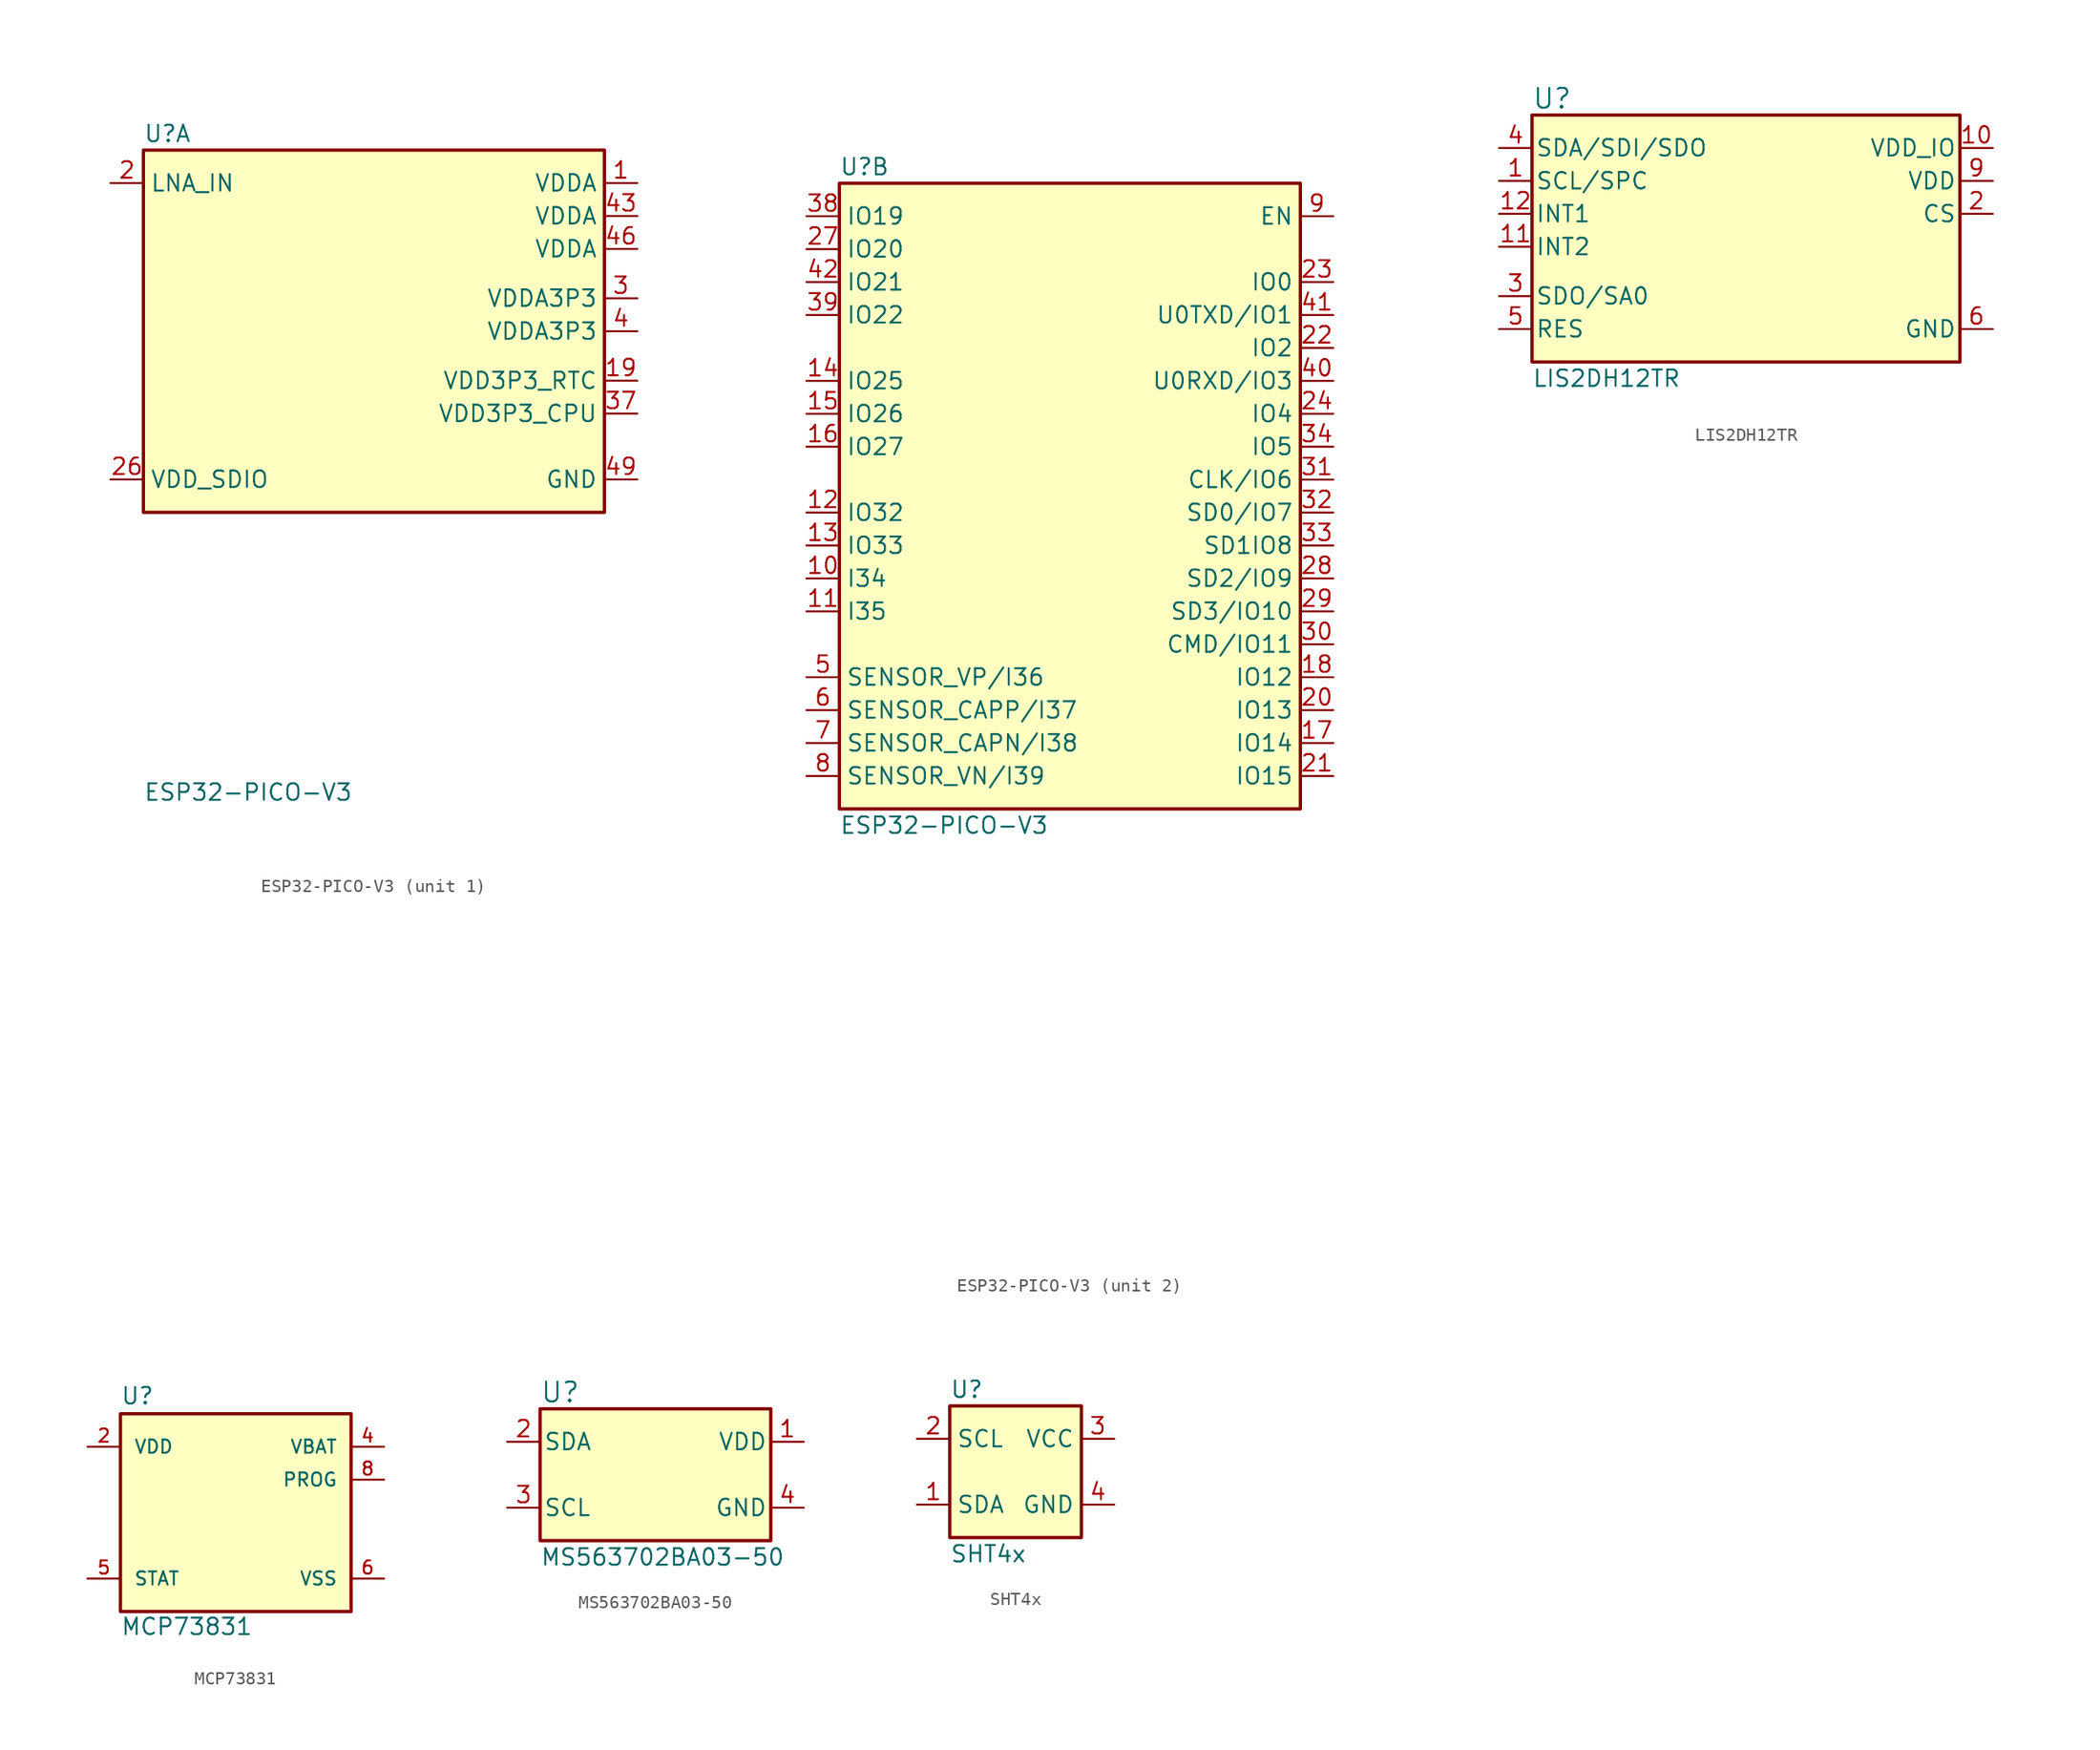
<source format=kicad_sym>
(kicad_symbol_lib
  (version 20241209)
  (generator "kicad_symbol_editor")
  (generator_version "9.0")
  (symbol "ESP32-PICO-V3"
    (property "Reference" "U"
      (at -17.78 15.24 0)
      (effects (font (size 1.27 1.27)) (justify left)))
    (property "Value" "ESP32-PICO-V3"
      (at -17.78 -35.56 0)
      (effects (font (size 1.27 1.27)) (justify left)))
    (property "ki_locked" ""
      (at 0 0 0)
      (effects (font (size 1.27 1.27))))
    (symbol "ESP32-PICO-V3_1_0"
      (pin bidirectional line (at -20.32 11.43 0) (length 2.54) (name "LNA_IN" (effects (font (size 1.27 1.27)))) (number "2" (effects (font (size 1.27 1.27)))))
      (pin power_out line (at -20.32 -11.43 0) (length 2.54) (name "VDD_SDIO" (effects (font (size 1.27 1.27)))) (number "26" (effects (font (size 1.27 1.27)))))
      (pin power_in line (at 20.32 11.43 180) (length 2.54) (name "VDDA" (effects (font (size 1.27 1.27)))) (number "1" (effects (font (size 1.27 1.27)))))
      (pin power_in line (at 20.32 8.89 180) (length 2.54) (name "VDDA" (effects (font (size 1.27 1.27)))) (number "43" (effects (font (size 1.27 1.27)))))
      (pin power_in line (at 20.32 6.35 180) (length 2.54) (name "VDDA" (effects (font (size 1.27 1.27)))) (number "46" (effects (font (size 1.27 1.27)))))
      (pin power_in line (at 20.32 2.54 180) (length 2.54) (name "VDDA3P3" (effects (font (size 1.27 1.27)))) (number "3" (effects (font (size 1.27 1.27)))))
      (pin passive line (at 20.32 0 180) (length 2.54) (name "VDDA3P3" (effects (font (size 1.27 1.27)))) (number "4" (effects (font (size 1.27 1.27)))))
      (pin power_in line (at 20.32 -3.81 180) (length 2.54) (name "VDD3P3_RTC" (effects (font (size 1.27 1.27)))) (number "19" (effects (font (size 1.27 1.27)))))
      (pin power_in line (at 20.32 -6.35 180) (length 2.54) (name "VDD3P3_CPU" (effects (font (size 1.27 1.27)))) (number "37" (effects (font (size 1.27 1.27)))))
      (pin power_in line (at 20.32 -11.43 180) (length 2.54) (name "GND" (effects (font (size 1.27 1.27)))) (number "49" (effects (font (size 1.27 1.27))))))
    (symbol "ESP32-PICO-V3_1_1"
      (rectangle (start -17.78 13.97) (end 17.78 -13.97) (stroke (width 0.254) (type default)) (fill (type background))))
    (symbol "ESP32-PICO-V3_2_0"
      (pin bidirectional line (at -20.32 11.43 0) (length 2.54) (name "IO19" (effects (font (size 1.27 1.27)))) (number "38" (effects (font (size 1.27 1.27)))))
      (pin bidirectional line (at -20.32 8.89 0) (length 2.54) (name "IO20" (effects (font (size 1.27 1.27)))) (number "27" (effects (font (size 1.27 1.27)))))
      (pin bidirectional line (at -20.32 6.35 0) (length 2.54) (name "IO21" (effects (font (size 1.27 1.27)))) (number "42" (effects (font (size 1.27 1.27)))))
      (pin bidirectional line (at -20.32 3.81 0) (length 2.54) (name "IO22" (effects (font (size 1.27 1.27)))) (number "39" (effects (font (size 1.27 1.27)))))
      (pin bidirectional line (at -20.32 -1.27 0) (length 2.54) (name "IO25" (effects (font (size 1.27 1.27)))) (number "14" (effects (font (size 1.27 1.27)))))
      (pin bidirectional line (at -20.32 -3.81 0) (length 2.54) (name "IO26" (effects (font (size 1.27 1.27)))) (number "15" (effects (font (size 1.27 1.27)))))
      (pin bidirectional line (at -20.32 -6.35 0) (length 2.54) (name "IO27" (effects (font (size 1.27 1.27)))) (number "16" (effects (font (size 1.27 1.27)))))
      (pin bidirectional line (at -20.32 -11.43 0) (length 2.54) (name "IO32" (effects (font (size 1.27 1.27)))) (number "12" (effects (font (size 1.27 1.27)))))
      (pin bidirectional line (at -20.32 -13.97 0) (length 2.54) (name "IO33" (effects (font (size 1.27 1.27)))) (number "13" (effects (font (size 1.27 1.27)))))
      (pin input line (at -20.32 -16.51 0) (length 2.54) (name "I34" (effects (font (size 1.27 1.27)))) (number "10" (effects (font (size 1.27 1.27)))))
      (pin input line (at -20.32 -19.05 0) (length 2.54) (name "I35" (effects (font (size 1.27 1.27)))) (number "11" (effects (font (size 1.27 1.27)))))
      (pin input line (at -20.32 -24.13 0) (length 2.54) (name "SENSOR_VP/I36" (effects (font (size 1.27 1.27)))) (number "5" (effects (font (size 1.27 1.27)))))
      (pin input line (at -20.32 -26.67 0) (length 2.54) (name "SENSOR_CAPP/I37" (effects (font (size 1.27 1.27)))) (number "6" (effects (font (size 1.27 1.27)))))
      (pin input line (at -20.32 -29.21 0) (length 2.54) (name "SENSOR_CAPN/I38" (effects (font (size 1.27 1.27)))) (number "7" (effects (font (size 1.27 1.27)))))
      (pin input line (at -20.32 -31.75 0) (length 2.54) (name "SENSOR_VN/I39" (effects (font (size 1.27 1.27)))) (number "8" (effects (font (size 1.27 1.27)))))
      (pin no_connect line (at 0 -46.99 0) (length 2.54) (hide yes) (name "NC" (effects (font (size 1.27 1.27)))) (number "25" (effects (font (size 1.27 1.27)))))
      (pin no_connect line (at 0 -49.53 0) (length 2.54) (hide yes) (name "NC" (effects (font (size 1.27 1.27)))) (number "35" (effects (font (size 1.27 1.27)))))
      (pin no_connect line (at 0 -52.07 0) (length 2.54) (hide yes) (name "NC" (effects (font (size 1.27 1.27)))) (number "36" (effects (font (size 1.27 1.27)))))
      (pin no_connect line (at 0 -54.61 0) (length 2.54) (hide yes) (name "NC" (effects (font (size 1.27 1.27)))) (number "44" (effects (font (size 1.27 1.27)))))
      (pin no_connect line (at 0 -57.15 0) (length 2.54) (hide yes) (name "NC" (effects (font (size 1.27 1.27)))) (number "45" (effects (font (size 1.27 1.27)))))
      (pin no_connect line (at 0 -59.69 0) (length 2.54) (hide yes) (name "NC" (effects (font (size 1.27 1.27)))) (number "47" (effects (font (size 1.27 1.27)))))
      (pin no_connect line (at 0 -62.23 0) (length 2.54) (hide yes) (name "NC" (effects (font (size 1.27 1.27)))) (number "48" (effects (font (size 1.27 1.27)))))
      (pin input line (at 20.32 11.43 180) (length 2.54) (name "EN" (effects (font (size 1.27 1.27)))) (number "9" (effects (font (size 1.27 1.27)))))
      (pin bidirectional line (at 20.32 6.35 180) (length 2.54) (name "IO0" (effects (font (size 1.27 1.27)))) (number "23" (effects (font (size 1.27 1.27)))))
      (pin bidirectional line (at 20.32 3.81 180) (length 2.54) (name "U0TXD/IO1" (effects (font (size 1.27 1.27)))) (number "41" (effects (font (size 1.27 1.27)))))
      (pin bidirectional line (at 20.32 1.27 180) (length 2.54) (name "IO2" (effects (font (size 1.27 1.27)))) (number "22" (effects (font (size 1.27 1.27)))))
      (pin bidirectional line (at 20.32 -1.27 180) (length 2.54) (name "U0RXD/IO3" (effects (font (size 1.27 1.27)))) (number "40" (effects (font (size 1.27 1.27)))))
      (pin bidirectional line (at 20.32 -3.81 180) (length 2.54) (name "IO4" (effects (font (size 1.27 1.27)))) (number "24" (effects (font (size 1.27 1.27)))))
      (pin bidirectional line (at 20.32 -6.35 180) (length 2.54) (name "IO5" (effects (font (size 1.27 1.27)))) (number "34" (effects (font (size 1.27 1.27)))))
      (pin bidirectional line (at 20.32 -8.89 180) (length 2.54) (name "CLK/IO6" (effects (font (size 1.27 1.27)))) (number "31" (effects (font (size 1.27 1.27)))))
      (pin bidirectional line (at 20.32 -11.43 180) (length 2.54) (name "SD0/IO7" (effects (font (size 1.27 1.27)))) (number "32" (effects (font (size 1.27 1.27)))))
      (pin bidirectional line (at 20.32 -13.97 180) (length 2.54) (name "SD1IO8" (effects (font (size 1.27 1.27)))) (number "33" (effects (font (size 1.27 1.27)))))
      (pin bidirectional line (at 20.32 -16.51 180) (length 2.54) (name "SD2/IO9" (effects (font (size 1.27 1.27)))) (number "28" (effects (font (size 1.27 1.27)))))
      (pin bidirectional line (at 20.32 -19.05 180) (length 2.54) (name "SD3/IO10" (effects (font (size 1.27 1.27)))) (number "29" (effects (font (size 1.27 1.27)))))
      (pin bidirectional line (at 20.32 -21.59 180) (length 2.54) (name "CMD/IO11" (effects (font (size 1.27 1.27)))) (number "30" (effects (font (size 1.27 1.27)))))
      (pin bidirectional line (at 20.32 -24.13 180) (length 2.54) (name "IO12" (effects (font (size 1.27 1.27)))) (number "18" (effects (font (size 1.27 1.27)))))
      (pin bidirectional line (at 20.32 -26.67 180) (length 2.54) (name "IO13" (effects (font (size 1.27 1.27)))) (number "20" (effects (font (size 1.27 1.27)))))
      (pin bidirectional line (at 20.32 -29.21 180) (length 2.54) (name "IO14" (effects (font (size 1.27 1.27)))) (number "17" (effects (font (size 1.27 1.27)))))
      (pin bidirectional line (at 20.32 -31.75 180) (length 2.54) (name "IO15" (effects (font (size 1.27 1.27)))) (number "21" (effects (font (size 1.27 1.27))))))
    (symbol "ESP32-PICO-V3_2_1"
      (rectangle (start -17.78 13.97) (end 17.78 -34.29) (stroke (width 0.254) (type default)) (fill (type background)))))
  (symbol "LIS2DH12TR"
    (pin_names
      (offset 0.254))
    (property "Reference" "U"
      (at -16.51 7.62 0)
      (do_not_autoplace)
      (effects (font (size 1.524 1.524)) (justify left)))
    (property "Value" "LIS2DH12TR"
      (at -16.51 -13.97 0)
      (effects (font (size 1.27 1.27)) (justify left)))
    (symbol "LIS2DH12TR_0_1"
      (pin power_in line (at 19.05 3.81 180) (length 2.54) (name "VDD_IO" (effects (font (size 1.27 1.27)))) (number "10" (effects (font (size 1.27 1.27))))))
    (symbol "LIS2DH12TR_1_1"
      (rectangle (start -16.51 6.35) (end 16.51 -12.7) (stroke (width 0.254) (type default)) (fill (type background)))
      (pin bidirectional line (at -19.05 3.81 0) (length 2.54) (name "SDA/SDI/SDO" (effects (font (size 1.27 1.27)))) (number "4" (effects (font (size 1.27 1.27)))))
      (pin bidirectional line (at -19.05 1.27 0) (length 2.54) (name "SCL/SPC" (effects (font (size 1.27 1.27)))) (number "1" (effects (font (size 1.27 1.27)))))
      (pin unspecified line (at -19.05 -1.27 0) (length 2.54) (name "INT1" (effects (font (size 1.27 1.27)))) (number "12" (effects (font (size 1.27 1.27)))))
      (pin unspecified line (at -19.05 -3.81 0) (length 2.54) (name "INT2" (effects (font (size 1.27 1.27)))) (number "11" (effects (font (size 1.27 1.27)))))
      (pin bidirectional line (at -19.05 -7.62 0) (length 2.54) (name "SDO/SA0" (effects (font (size 1.27 1.27)))) (number "3" (effects (font (size 1.27 1.27)))))
      (pin unspecified line (at -19.05 -10.16 0) (length 2.54) (name "RES" (effects (font (size 1.27 1.27)))) (number "5" (effects (font (size 1.27 1.27)))))
      (pin power_in line (at 19.05 1.27 180) (length 2.54) (name "VDD" (effects (font (size 1.27 1.27)))) (number "9" (effects (font (size 1.27 1.27)))))
      (pin bidirectional line (at 19.05 -1.27 180) (length 2.54) (name "CS" (effects (font (size 1.27 1.27)))) (number "2" (effects (font (size 1.27 1.27)))))
      (pin power_in line (at 19.05 -10.16 180) (length 2.54) (name "GND" (effects (font (size 1.27 1.27)))) (number "6" (effects (font (size 1.27 1.27)))))
      (pin power_in line (at 19.05 -10.16 180) (length 2.54) (hide yes) (name "GND" (effects (font (size 1.27 1.27)))) (number "7" (effects (font (size 1.27 1.27)))))
      (pin power_in line (at 19.05 -10.16 180) (length 2.54) (hide yes) (name "GND" (effects (font (size 1.27 1.27)))) (number "8" (effects (font (size 1.27 1.27)))))))
  (symbol "MCP73831"
    (pin_names
      (offset 1.016))
    (property "Reference" "U"
      (at -8.89 8.255 0)
      (do_not_autoplace)
      (effects (font (size 1.27 1.27)) (justify left bottom)))
    (property "Value" "MCP73831"
      (at -8.89 -9.525 0)
      (do_not_autoplace)
      (effects (font (size 1.27 1.27)) (justify left bottom)))
    (symbol "MCP73831_0_0"
      (rectangle (start -8.89 7.62) (end 8.89 -7.62) (stroke (width 0.254) (type default)) (fill (type background)))
      (pin power_in line (at -11.43 5.08 0) (length 2.54) (hide yes) (name "VDD" (effects (font (size 1.016 1.016)))) (number "1" (effects (font (size 1.016 1.016)))))
      (pin power_in line (at -11.43 5.08 0) (length 2.54) (name "VDD" (effects (font (size 1.016 1.016)))) (number "2" (effects (font (size 1.016 1.016)))))
      (pin output line (at -11.43 -5.08 0) (length 2.54) (name "STAT" (effects (font (size 1.016 1.016)))) (number "5" (effects (font (size 1.016 1.016)))))
      (pin output line (at 11.43 5.08 180) (length 2.54) (hide yes) (name "VBAT" (effects (font (size 1.016 1.016)))) (number "3" (effects (font (size 1.016 1.016)))))
      (pin output line (at 11.43 5.08 180) (length 2.54) (name "VBAT" (effects (font (size 1.016 1.016)))) (number "4" (effects (font (size 1.016 1.016)))))
      (pin input line (at 11.43 2.54 180) (length 2.54) (name "PROG" (effects (font (size 1.016 1.016)))) (number "8" (effects (font (size 1.016 1.016)))))
      (pin no_connect line (at 11.43 -2.54 180) (length 2.54) (hide yes) (name "NC" (effects (font (size 1.016 1.016)))) (number "7" (effects (font (size 1.016 1.016)))))
      (pin power_in line (at 11.43 -5.08 180) (length 2.54) (name "VSS" (effects (font (size 1.016 1.016)))) (number "6" (effects (font (size 1.016 1.016)))))
      (pin power_in line (at 11.43 -5.08 180) (length 2.54) (hide yes) (name "EP" (effects (font (size 1.016 1.016)))) (number "9" (effects (font (size 1.016 1.016)))))))
  (symbol "MS563702BA03-50"
    (pin_names
      (offset 0.254))
    (property "Reference" "U"
      (at -8.89 6.35 0)
      (do_not_autoplace)
      (effects (font (size 1.524 1.524)) (justify left)))
    (property "Value" "MS563702BA03-50"
      (at -8.89 -6.35 0)
      (effects (font (size 1.27 1.27)) (justify left)))
    (symbol "MS563702BA03-50_1_1"
      (rectangle (start -8.89 5.08) (end 8.89 -5.08) (stroke (width 0.254) (type default)) (fill (type background)))
      (pin bidirectional line (at -11.43 2.54 0) (length 2.54) (name "SDA" (effects (font (size 1.27 1.27)))) (number "2" (effects (font (size 1.27 1.27)))))
      (pin input line (at -11.43 -2.54 0) (length 2.54) (name "SCL" (effects (font (size 1.27 1.27)))) (number "3" (effects (font (size 1.27 1.27)))))
      (pin power_in line (at 11.43 2.54 180) (length 2.54) (name "VDD" (effects (font (size 1.27 1.27)))) (number "1" (effects (font (size 1.27 1.27)))))
      (pin input line (at 11.43 -2.54 180) (length 2.54) (name "GND" (effects (font (size 1.27 1.27)))) (number "4" (effects (font (size 1.27 1.27)))))))
  (symbol "SHT4x"
    (property "Reference" "U"
      (at -5.08 6.35 0)
      (do_not_autoplace)
      (effects (font (size 1.27 1.27)) (justify left)))
    (property "Value" "SHT4x"
      (at -5.08 -6.35 0)
      (do_not_autoplace)
      (effects (font (size 1.27 1.27)) (justify left)))
    (symbol "SHT4x_1_1"
      (rectangle (start -5.08 5.08) (end 5.08 -5.08) (stroke (width 0.254) (type default)) (fill (type background)))
      (pin input line (at -7.62 2.54 0) (length 2.54) (name "SCL" (effects (font (size 1.27 1.27)))) (number "2" (effects (font (size 1.27 1.27)))))
      (pin bidirectional line (at -7.62 -2.54 0) (length 2.54) (name "SDA" (effects (font (size 1.27 1.27)))) (number "1" (effects (font (size 1.27 1.27)))))
      (pin power_in line (at 7.62 2.54 180) (length 2.54) (name "VCC" (effects (font (size 1.27 1.27)))) (number "3" (effects (font (size 1.27 1.27)))))
      (pin power_in line (at 7.62 -2.54 180) (length 2.54) (name "GND" (effects (font (size 1.27 1.27)))) (number "4" (effects (font (size 1.27 1.27))))))))
</source>
